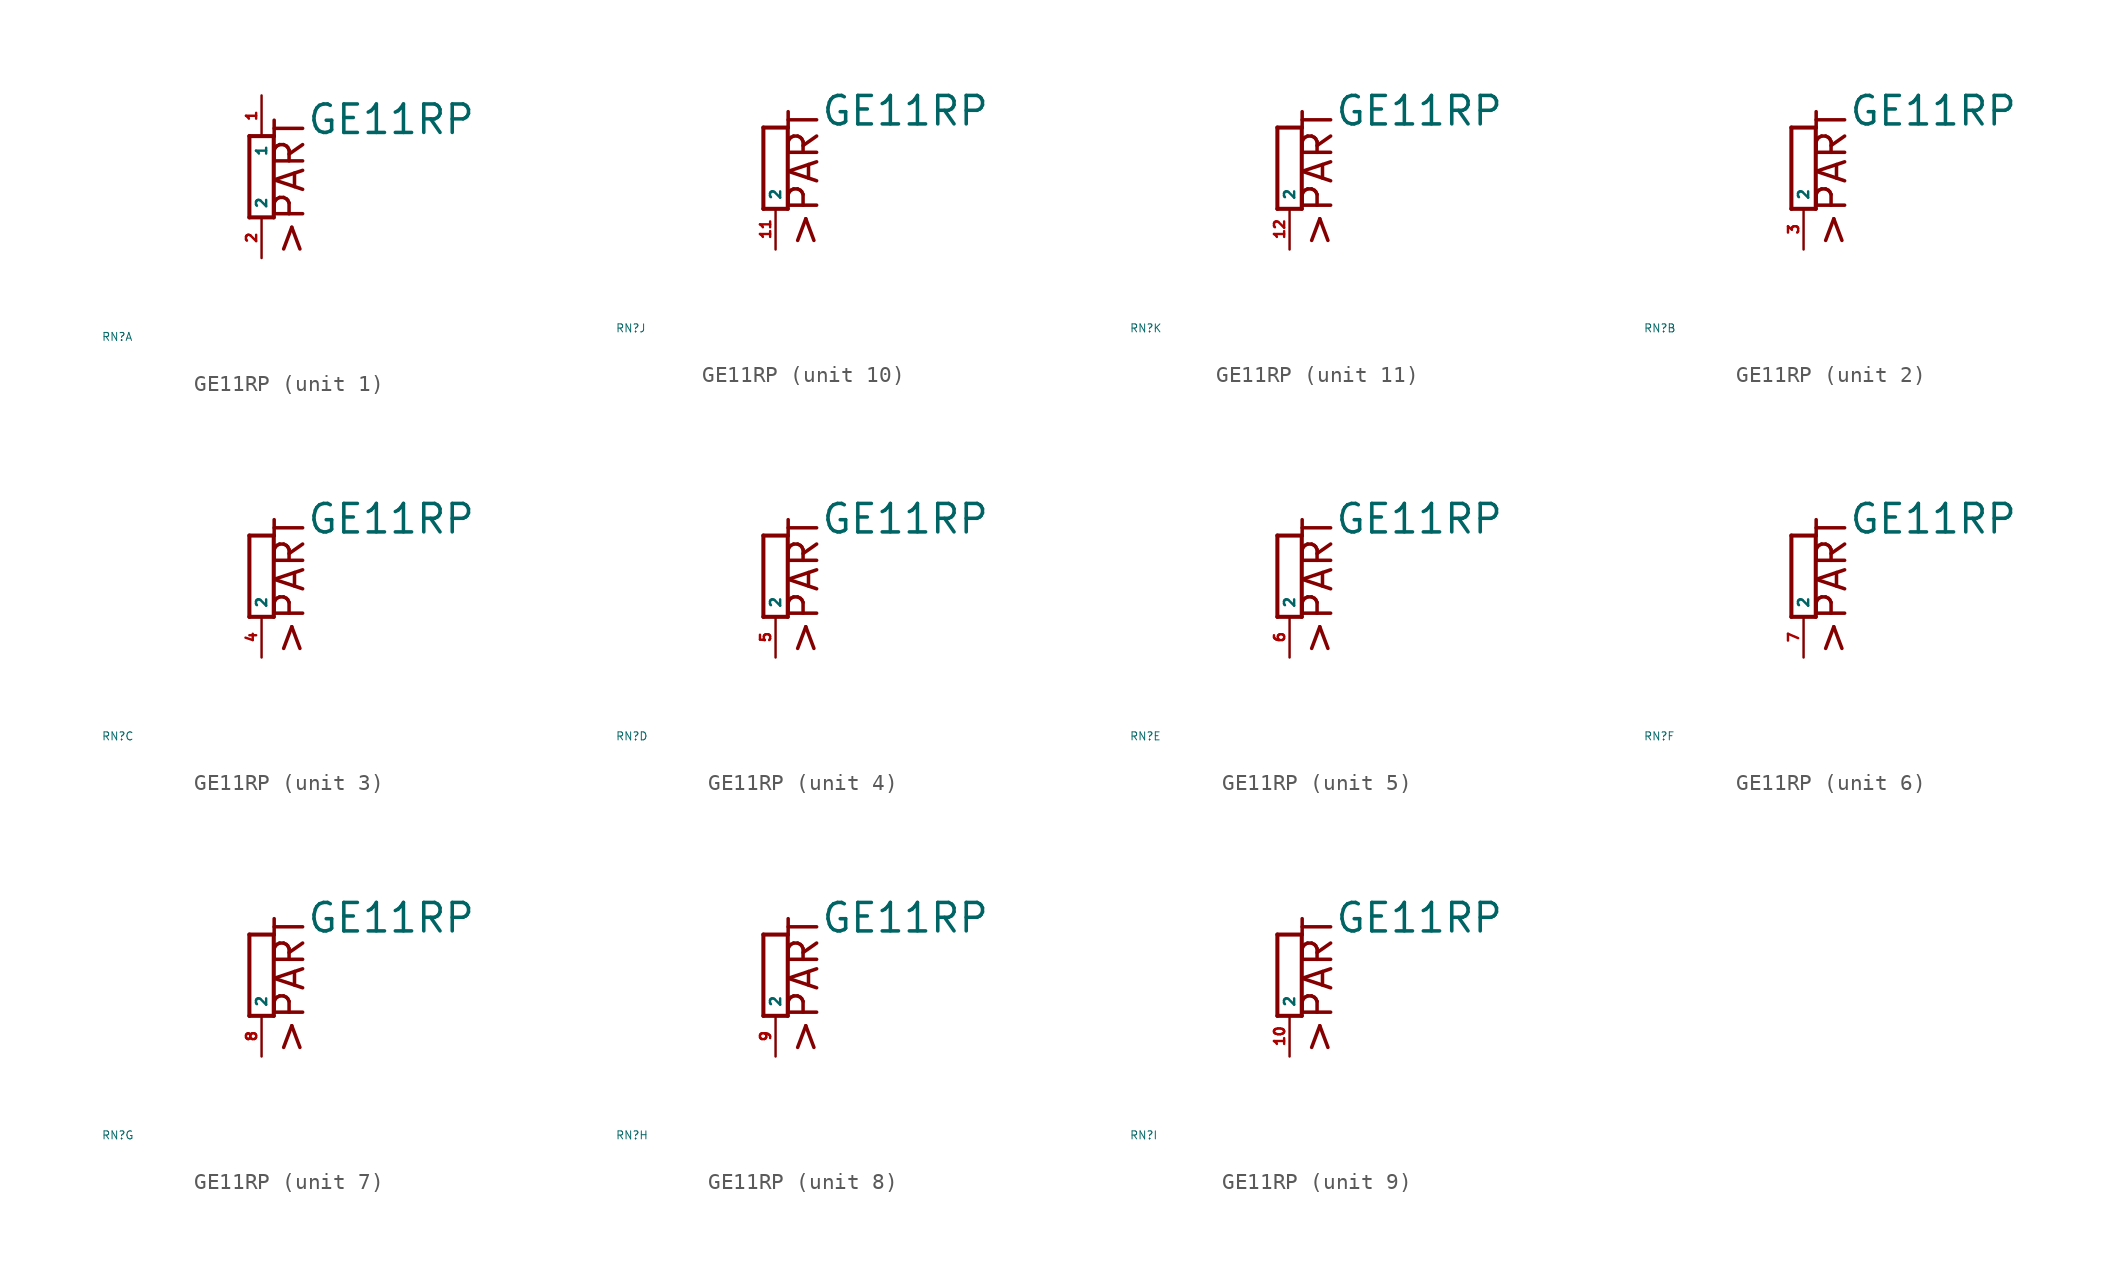
<source format=kicad_sym>
(kicad_symbol_lib
  (version 20220914)
  (generator Eagle2Kicad)
  (symbol "GE11RP"
    (property "Reference" "RN"
      (at -10 -10 0)
      (effects (font (size 0.5 0.5) (thickness 0.06)) (justify left)))
    (property "Value" "GE11RP"
      (at 2.794 2.54 0)
      (effects (font (size 1.778 1.778) (thickness 0.22)) (justify left bottom)))
    (symbol "GE11RP_1_0"
      (polyline (pts (xy 0.762 -2.54) (xy 0.762 2.54)) (stroke (width 0.254) (type default)) (fill (type none)))
      (polyline (pts (xy -0.762 2.54) (xy -0.762 -2.54)) (stroke (width 0.254) (type default)) (fill (type none)))
      (polyline (pts (xy 0.762 2.54) (xy -0.762 2.54)) (stroke (width 0.254) (type default)) (fill (type none)))
      (polyline (pts (xy -0.762 -2.54) (xy 0.762 -2.54)) (stroke (width 0.254) (type default)) (fill (type none)))
      (text ">PART" (at 2.794 -5.08 900) (effects (font (size 1.778 1.778) (thickness 0.22)) (justify left bottom)))
      (pin passive line (at 0 5.08 270) (length 2.54) (name "1" (effects (font (size 0.635 0.635) (thickness 0.08)) (justify left bottom))) (number "1" (effects (font (size 0.635 0.635) (thickness 0.08)) (justify left bottom))))
      (pin passive line (at 0 -5.08 90) (length 2.54) (name "2" (effects (font (size 0.635 0.635) (thickness 0.08)) (justify left bottom))) (number "2" (effects (font (size 0.635 0.635) (thickness 0.08)) (justify left bottom)))))
    (symbol "GE11RP_2_0"
      (polyline (pts (xy -0.762 2.54) (xy -0.762 -2.54)) (stroke (width 0.254) (type default)) (fill (type none)))
      (polyline (pts (xy 0.762 -2.54) (xy 0.762 2.54)) (stroke (width 0.254) (type default)) (fill (type none)))
      (polyline (pts (xy -0.762 -2.54) (xy 0.762 -2.54)) (stroke (width 0.254) (type default)) (fill (type none)))
      (polyline (pts (xy 0.762 2.54) (xy -0.762 2.54)) (stroke (width 0.254) (type default)) (fill (type none)))
      (text ">PART" (at 2.794 -5.08 900) (effects (font (size 1.778 1.778) (thickness 0.22)) (justify left bottom)))
      (pin passive line (at 0 -5.08 90) (length 2.54) (name "2" (effects (font (size 0.635 0.635) (thickness 0.08)) (justify left bottom))) (number "3" (effects (font (size 0.635 0.635) (thickness 0.08)) (justify left bottom)))))
    (symbol "GE11RP_3_0"
      (polyline (pts (xy -0.762 2.54) (xy -0.762 -2.54)) (stroke (width 0.254) (type default)) (fill (type none)))
      (polyline (pts (xy 0.762 -2.54) (xy 0.762 2.54)) (stroke (width 0.254) (type default)) (fill (type none)))
      (polyline (pts (xy -0.762 -2.54) (xy 0.762 -2.54)) (stroke (width 0.254) (type default)) (fill (type none)))
      (polyline (pts (xy 0.762 2.54) (xy -0.762 2.54)) (stroke (width 0.254) (type default)) (fill (type none)))
      (text ">PART" (at 2.794 -5.08 900) (effects (font (size 1.778 1.778) (thickness 0.22)) (justify left bottom)))
      (pin passive line (at 0 -5.08 90) (length 2.54) (name "2" (effects (font (size 0.635 0.635) (thickness 0.08)) (justify left bottom))) (number "4" (effects (font (size 0.635 0.635) (thickness 0.08)) (justify left bottom)))))
    (symbol "GE11RP_4_0"
      (polyline (pts (xy -0.762 2.54) (xy -0.762 -2.54)) (stroke (width 0.254) (type default)) (fill (type none)))
      (polyline (pts (xy 0.762 -2.54) (xy 0.762 2.54)) (stroke (width 0.254) (type default)) (fill (type none)))
      (polyline (pts (xy -0.762 -2.54) (xy 0.762 -2.54)) (stroke (width 0.254) (type default)) (fill (type none)))
      (polyline (pts (xy 0.762 2.54) (xy -0.762 2.54)) (stroke (width 0.254) (type default)) (fill (type none)))
      (text ">PART" (at 2.794 -5.08 900) (effects (font (size 1.778 1.778) (thickness 0.22)) (justify left bottom)))
      (pin passive line (at 0 -5.08 90) (length 2.54) (name "2" (effects (font (size 0.635 0.635) (thickness 0.08)) (justify left bottom))) (number "5" (effects (font (size 0.635 0.635) (thickness 0.08)) (justify left bottom)))))
    (symbol "GE11RP_5_0"
      (polyline (pts (xy -0.762 2.54) (xy -0.762 -2.54)) (stroke (width 0.254) (type default)) (fill (type none)))
      (polyline (pts (xy 0.762 -2.54) (xy 0.762 2.54)) (stroke (width 0.254) (type default)) (fill (type none)))
      (polyline (pts (xy -0.762 -2.54) (xy 0.762 -2.54)) (stroke (width 0.254) (type default)) (fill (type none)))
      (polyline (pts (xy 0.762 2.54) (xy -0.762 2.54)) (stroke (width 0.254) (type default)) (fill (type none)))
      (text ">PART" (at 2.794 -5.08 900) (effects (font (size 1.778 1.778) (thickness 0.22)) (justify left bottom)))
      (pin passive line (at 0 -5.08 90) (length 2.54) (name "2" (effects (font (size 0.635 0.635) (thickness 0.08)) (justify left bottom))) (number "6" (effects (font (size 0.635 0.635) (thickness 0.08)) (justify left bottom)))))
    (symbol "GE11RP_6_0"
      (polyline (pts (xy -0.762 2.54) (xy -0.762 -2.54)) (stroke (width 0.254) (type default)) (fill (type none)))
      (polyline (pts (xy 0.762 -2.54) (xy 0.762 2.54)) (stroke (width 0.254) (type default)) (fill (type none)))
      (polyline (pts (xy -0.762 -2.54) (xy 0.762 -2.54)) (stroke (width 0.254) (type default)) (fill (type none)))
      (polyline (pts (xy 0.762 2.54) (xy -0.762 2.54)) (stroke (width 0.254) (type default)) (fill (type none)))
      (text ">PART" (at 2.794 -5.08 900) (effects (font (size 1.778 1.778) (thickness 0.22)) (justify left bottom)))
      (pin passive line (at 0 -5.08 90) (length 2.54) (name "2" (effects (font (size 0.635 0.635) (thickness 0.08)) (justify left bottom))) (number "7" (effects (font (size 0.635 0.635) (thickness 0.08)) (justify left bottom)))))
    (symbol "GE11RP_7_0"
      (polyline (pts (xy -0.762 2.54) (xy -0.762 -2.54)) (stroke (width 0.254) (type default)) (fill (type none)))
      (polyline (pts (xy 0.762 -2.54) (xy 0.762 2.54)) (stroke (width 0.254) (type default)) (fill (type none)))
      (polyline (pts (xy -0.762 -2.54) (xy 0.762 -2.54)) (stroke (width 0.254) (type default)) (fill (type none)))
      (polyline (pts (xy 0.762 2.54) (xy -0.762 2.54)) (stroke (width 0.254) (type default)) (fill (type none)))
      (text ">PART" (at 2.794 -5.08 900) (effects (font (size 1.778 1.778) (thickness 0.22)) (justify left bottom)))
      (pin passive line (at 0 -5.08 90) (length 2.54) (name "2" (effects (font (size 0.635 0.635) (thickness 0.08)) (justify left bottom))) (number "8" (effects (font (size 0.635 0.635) (thickness 0.08)) (justify left bottom)))))
    (symbol "GE11RP_8_0"
      (polyline (pts (xy -0.762 2.54) (xy -0.762 -2.54)) (stroke (width 0.254) (type default)) (fill (type none)))
      (polyline (pts (xy 0.762 -2.54) (xy 0.762 2.54)) (stroke (width 0.254) (type default)) (fill (type none)))
      (polyline (pts (xy -0.762 -2.54) (xy 0.762 -2.54)) (stroke (width 0.254) (type default)) (fill (type none)))
      (polyline (pts (xy 0.762 2.54) (xy -0.762 2.54)) (stroke (width 0.254) (type default)) (fill (type none)))
      (text ">PART" (at 2.794 -5.08 900) (effects (font (size 1.778 1.778) (thickness 0.22)) (justify left bottom)))
      (pin passive line (at 0 -5.08 90) (length 2.54) (name "2" (effects (font (size 0.635 0.635) (thickness 0.08)) (justify left bottom))) (number "9" (effects (font (size 0.635 0.635) (thickness 0.08)) (justify left bottom)))))
    (symbol "GE11RP_9_0"
      (polyline (pts (xy -0.762 2.54) (xy -0.762 -2.54)) (stroke (width 0.254) (type default)) (fill (type none)))
      (polyline (pts (xy 0.762 -2.54) (xy 0.762 2.54)) (stroke (width 0.254) (type default)) (fill (type none)))
      (polyline (pts (xy -0.762 -2.54) (xy 0.762 -2.54)) (stroke (width 0.254) (type default)) (fill (type none)))
      (polyline (pts (xy 0.762 2.54) (xy -0.762 2.54)) (stroke (width 0.254) (type default)) (fill (type none)))
      (text ">PART" (at 2.794 -5.08 900) (effects (font (size 1.778 1.778) (thickness 0.22)) (justify left bottom)))
      (pin passive line (at 0 -5.08 90) (length 2.54) (name "2" (effects (font (size 0.635 0.635) (thickness 0.08)) (justify left bottom))) (number "10" (effects (font (size 0.635 0.635) (thickness 0.08)) (justify left bottom)))))
    (symbol "GE11RP_10_0"
      (polyline (pts (xy -0.762 2.54) (xy -0.762 -2.54)) (stroke (width 0.254) (type default)) (fill (type none)))
      (polyline (pts (xy 0.762 -2.54) (xy 0.762 2.54)) (stroke (width 0.254) (type default)) (fill (type none)))
      (polyline (pts (xy -0.762 -2.54) (xy 0.762 -2.54)) (stroke (width 0.254) (type default)) (fill (type none)))
      (polyline (pts (xy 0.762 2.54) (xy -0.762 2.54)) (stroke (width 0.254) (type default)) (fill (type none)))
      (text ">PART" (at 2.794 -5.08 900) (effects (font (size 1.778 1.778) (thickness 0.22)) (justify left bottom)))
      (pin passive line (at 0 -5.08 90) (length 2.54) (name "2" (effects (font (size 0.635 0.635) (thickness 0.08)) (justify left bottom))) (number "11" (effects (font (size 0.635 0.635) (thickness 0.08)) (justify left bottom)))))
    (symbol "GE11RP_11_0"
      (polyline (pts (xy -0.762 2.54) (xy -0.762 -2.54)) (stroke (width 0.254) (type default)) (fill (type none)))
      (polyline (pts (xy 0.762 -2.54) (xy 0.762 2.54)) (stroke (width 0.254) (type default)) (fill (type none)))
      (polyline (pts (xy -0.762 -2.54) (xy 0.762 -2.54)) (stroke (width 0.254) (type default)) (fill (type none)))
      (polyline (pts (xy 0.762 2.54) (xy -0.762 2.54)) (stroke (width 0.254) (type default)) (fill (type none)))
      (text ">PART" (at 2.794 -5.08 900) (effects (font (size 1.778 1.778) (thickness 0.22)) (justify left bottom)))
      (pin passive line (at 0 -5.08 90) (length 2.54) (name "2" (effects (font (size 0.635 0.635) (thickness 0.08)) (justify left bottom))) (number "12" (effects (font (size 0.635 0.635) (thickness 0.08)) (justify left bottom)))))))
</source>
